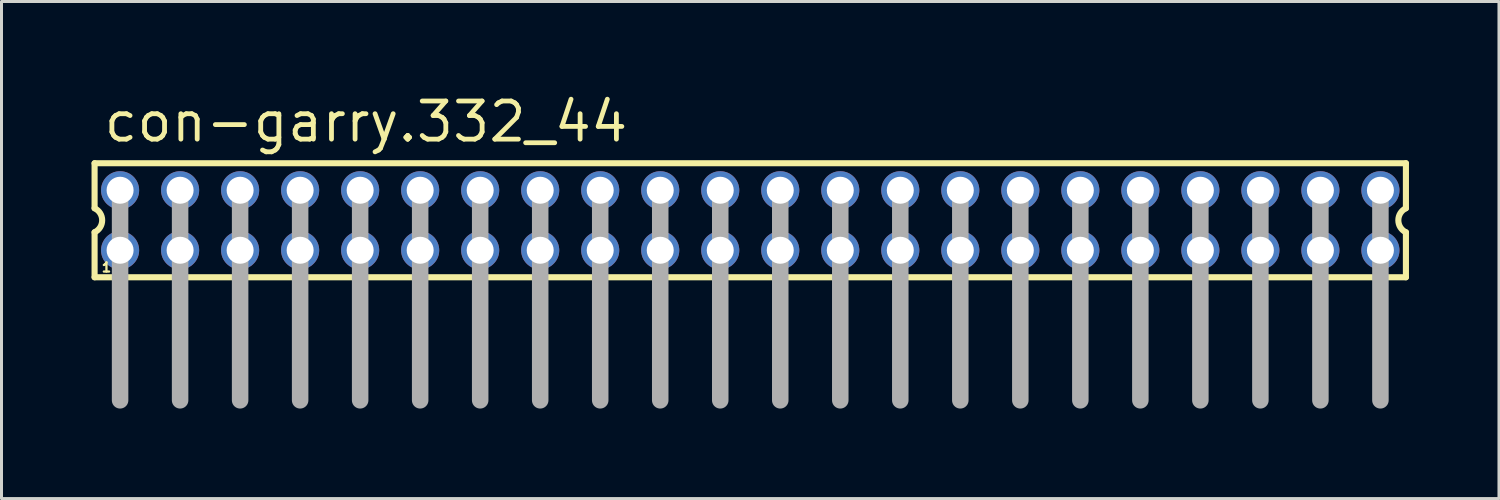
<source format=kicad_pcb>
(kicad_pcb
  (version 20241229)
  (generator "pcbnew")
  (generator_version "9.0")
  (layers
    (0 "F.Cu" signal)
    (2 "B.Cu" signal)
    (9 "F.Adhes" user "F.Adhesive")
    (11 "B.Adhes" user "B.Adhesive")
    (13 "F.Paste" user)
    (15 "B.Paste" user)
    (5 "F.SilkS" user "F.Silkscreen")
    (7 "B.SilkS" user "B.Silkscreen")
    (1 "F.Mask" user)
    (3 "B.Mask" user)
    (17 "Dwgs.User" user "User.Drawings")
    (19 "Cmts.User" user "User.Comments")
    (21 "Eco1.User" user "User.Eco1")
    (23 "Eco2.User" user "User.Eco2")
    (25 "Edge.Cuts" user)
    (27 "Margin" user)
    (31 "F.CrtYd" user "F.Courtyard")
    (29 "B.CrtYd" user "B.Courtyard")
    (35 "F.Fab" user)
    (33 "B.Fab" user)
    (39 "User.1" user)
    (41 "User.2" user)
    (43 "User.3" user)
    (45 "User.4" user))
  (footprint "con-garry.332_44"
    (layer "F.Cu")
    (at 21.952 4.29)
    (property "Reference" "con-garry.332_44" (at -21.62 -2.54 0) (layer "F.SilkS") (effects (font (size 1.27 1.27) (thickness 0.16)) (justify left bottom)))
    (attr through_hole)
    (fp_line (start -21.85 -1.9) (end -21.85 -0.4) (stroke (width 0.203) (type default)) (layer "F.SilkS"))
    (fp_line (start -21.85 0.4) (end -21.85 1.9) (stroke (width 0.203) (type default)) (layer "F.SilkS"))
    (fp_line (start -21.85 1.9) (end 21.85 1.9) (stroke (width 0.203) (type default)) (layer "F.SilkS"))
    (fp_line (start 21.85 -1.9) (end -21.85 -1.9) (stroke (width 0.203) (type default)) (layer "F.SilkS"))
    (fp_line (start 21.85 -0.4) (end 21.85 -1.9) (stroke (width 0.203) (type default)) (layer "F.SilkS"))
    (fp_line (start 21.85 1.9) (end 21.85 0.4) (stroke (width 0.203) (type default)) (layer "F.SilkS"))
    (fp_arc (start -21.85 -0.4) (mid -21.597167 0) (end -21.85 0.4) (stroke (width 0.2032) (type default)) (layer "F.SilkS"))
    (fp_arc (start 21.85 0.4) (mid 21.597167 0) (end 21.85 -0.4) (stroke (width 0.2032) (type default)) (layer "F.SilkS"))
    (fp_line (start -21 -1) (end -21 6) (stroke (width 0.55) (type default)) (layer "F.Fab"))
    (fp_line (start -19 -1) (end -19 6) (stroke (width 0.55) (type default)) (layer "F.Fab"))
    (fp_line (start -17 -1) (end -17 6) (stroke (width 0.55) (type default)) (layer "F.Fab"))
    (fp_line (start -15 -1) (end -15 6) (stroke (width 0.55) (type default)) (layer "F.Fab"))
    (fp_line (start -13 -1) (end -13 6) (stroke (width 0.55) (type default)) (layer "F.Fab"))
    (fp_line (start -11 -1) (end -11 6) (stroke (width 0.55) (type default)) (layer "F.Fab"))
    (fp_line (start -9 -1) (end -9 6) (stroke (width 0.55) (type default)) (layer "F.Fab"))
    (fp_line (start -7 -1) (end -7 6) (stroke (width 0.55) (type default)) (layer "F.Fab"))
    (fp_line (start -5 -1) (end -5 6) (stroke (width 0.55) (type default)) (layer "F.Fab"))
    (fp_line (start -3 -1) (end -3 6) (stroke (width 0.55) (type default)) (layer "F.Fab"))
    (fp_line (start -1 -1) (end -1 6) (stroke (width 0.55) (type default)) (layer "F.Fab"))
    (fp_line (start 1 -1) (end 1 6) (stroke (width 0.55) (type default)) (layer "F.Fab"))
    (fp_line (start 3 -1) (end 3 6) (stroke (width 0.55) (type default)) (layer "F.Fab"))
    (fp_line (start 5 -1) (end 5 6) (stroke (width 0.55) (type default)) (layer "F.Fab"))
    (fp_line (start 7 -1) (end 7 6) (stroke (width 0.55) (type default)) (layer "F.Fab"))
    (fp_line (start 9 -1) (end 9 6) (stroke (width 0.55) (type default)) (layer "F.Fab"))
    (fp_line (start 11 -1) (end 11 6) (stroke (width 0.55) (type default)) (layer "F.Fab"))
    (fp_line (start 13 -1) (end 13 6) (stroke (width 0.55) (type default)) (layer "F.Fab"))
    (fp_line (start 15 -1) (end 15 6) (stroke (width 0.55) (type default)) (layer "F.Fab"))
    (fp_line (start 17 -1) (end 17 6) (stroke (width 0.55) (type default)) (layer "F.Fab"))
    (fp_line (start 19 -1) (end 19 6) (stroke (width 0.55) (type default)) (layer "F.Fab"))
    (fp_line (start 21 -1) (end 21 6) (stroke (width 0.55) (type default)) (layer "F.Fab"))
    (fp_rect (start -21.25 -0.75) (end -20.75 -1.25) (stroke (width 0.05) (type default)) (fill no) (layer "F.Fab"))
    (fp_rect (start -21.25 1.25) (end -20.75 0.75) (stroke (width 0.05) (type default)) (fill no) (layer "F.Fab"))
    (fp_rect (start -19.25 -0.75) (end -18.75 -1.25) (stroke (width 0.05) (type default)) (fill no) (layer "F.Fab"))
    (fp_rect (start -19.25 1.25) (end -18.75 0.75) (stroke (width 0.05) (type default)) (fill no) (layer "F.Fab"))
    (fp_rect (start -17.25 -0.75) (end -16.75 -1.25) (stroke (width 0.05) (type default)) (fill no) (layer "F.Fab"))
    (fp_rect (start -17.25 1.25) (end -16.75 0.75) (stroke (width 0.05) (type default)) (fill no) (layer "F.Fab"))
    (fp_rect (start -15.25 -0.75) (end -14.75 -1.25) (stroke (width 0.05) (type default)) (fill no) (layer "F.Fab"))
    (fp_rect (start -15.25 1.25) (end -14.75 0.75) (stroke (width 0.05) (type default)) (fill no) (layer "F.Fab"))
    (fp_rect (start -13.25 -0.75) (end -12.75 -1.25) (stroke (width 0.05) (type default)) (fill no) (layer "F.Fab"))
    (fp_rect (start -13.25 1.25) (end -12.75 0.75) (stroke (width 0.05) (type default)) (fill no) (layer "F.Fab"))
    (fp_rect (start -11.25 -0.75) (end -10.75 -1.25) (stroke (width 0.05) (type default)) (fill no) (layer "F.Fab"))
    (fp_rect (start -11.25 1.25) (end -10.75 0.75) (stroke (width 0.05) (type default)) (fill no) (layer "F.Fab"))
    (fp_rect (start -9.25 -0.75) (end -8.75 -1.25) (stroke (width 0.05) (type default)) (fill no) (layer "F.Fab"))
    (fp_rect (start -9.25 1.25) (end -8.75 0.75) (stroke (width 0.05) (type default)) (fill no) (layer "F.Fab"))
    (fp_rect (start -7.25 -0.75) (end -6.75 -1.25) (stroke (width 0.05) (type default)) (fill no) (layer "F.Fab"))
    (fp_rect (start -7.25 1.25) (end -6.75 0.75) (stroke (width 0.05) (type default)) (fill no) (layer "F.Fab"))
    (fp_rect (start -5.25 -0.75) (end -4.75 -1.25) (stroke (width 0.05) (type default)) (fill no) (layer "F.Fab"))
    (fp_rect (start -5.25 1.25) (end -4.75 0.75) (stroke (width 0.05) (type default)) (fill no) (layer "F.Fab"))
    (fp_rect (start -3.25 -0.75) (end -2.75 -1.25) (stroke (width 0.05) (type default)) (fill no) (layer "F.Fab"))
    (fp_rect (start -3.25 1.25) (end -2.75 0.75) (stroke (width 0.05) (type default)) (fill no) (layer "F.Fab"))
    (fp_rect (start -1.25 -0.75) (end -0.75 -1.25) (stroke (width 0.05) (type default)) (fill no) (layer "F.Fab"))
    (fp_rect (start -1.25 1.25) (end -0.75 0.75) (stroke (width 0.05) (type default)) (fill no) (layer "F.Fab"))
    (fp_rect (start 0.75 -0.75) (end 1.25 -1.25) (stroke (width 0.05) (type default)) (fill no) (layer "F.Fab"))
    (fp_rect (start 0.75 1.25) (end 1.25 0.75) (stroke (width 0.05) (type default)) (fill no) (layer "F.Fab"))
    (fp_rect (start 2.75 -0.75) (end 3.25 -1.25) (stroke (width 0.05) (type default)) (fill no) (layer "F.Fab"))
    (fp_rect (start 2.75 1.25) (end 3.25 0.75) (stroke (width 0.05) (type default)) (fill no) (layer "F.Fab"))
    (fp_rect (start 4.75 -0.75) (end 5.25 -1.25) (stroke (width 0.05) (type default)) (fill no) (layer "F.Fab"))
    (fp_rect (start 4.75 1.25) (end 5.25 0.75) (stroke (width 0.05) (type default)) (fill no) (layer "F.Fab"))
    (fp_rect (start 6.75 -0.75) (end 7.25 -1.25) (stroke (width 0.05) (type default)) (fill no) (layer "F.Fab"))
    (fp_rect (start 6.75 1.25) (end 7.25 0.75) (stroke (width 0.05) (type default)) (fill no) (layer "F.Fab"))
    (fp_rect (start 8.75 -0.75) (end 9.25 -1.25) (stroke (width 0.05) (type default)) (fill no) (layer "F.Fab"))
    (fp_rect (start 8.75 1.25) (end 9.25 0.75) (stroke (width 0.05) (type default)) (fill no) (layer "F.Fab"))
    (fp_rect (start 10.75 -0.75) (end 11.25 -1.25) (stroke (width 0.05) (type default)) (fill no) (layer "F.Fab"))
    (fp_rect (start 10.75 1.25) (end 11.25 0.75) (stroke (width 0.05) (type default)) (fill no) (layer "F.Fab"))
    (fp_rect (start 12.75 -0.75) (end 13.25 -1.25) (stroke (width 0.05) (type default)) (fill no) (layer "F.Fab"))
    (fp_rect (start 12.75 1.25) (end 13.25 0.75) (stroke (width 0.05) (type default)) (fill no) (layer "F.Fab"))
    (fp_rect (start 14.75 -0.75) (end 15.25 -1.25) (stroke (width 0.05) (type default)) (fill no) (layer "F.Fab"))
    (fp_rect (start 14.75 1.25) (end 15.25 0.75) (stroke (width 0.05) (type default)) (fill no) (layer "F.Fab"))
    (fp_rect (start 16.75 -0.75) (end 17.25 -1.25) (stroke (width 0.05) (type default)) (fill no) (layer "F.Fab"))
    (fp_rect (start 16.75 1.25) (end 17.25 0.75) (stroke (width 0.05) (type default)) (fill no) (layer "F.Fab"))
    (fp_rect (start 18.75 -0.75) (end 19.25 -1.25) (stroke (width 0.05) (type default)) (fill no) (layer "F.Fab"))
    (fp_rect (start 18.75 1.25) (end 19.25 0.75) (stroke (width 0.05) (type default)) (fill no) (layer "F.Fab"))
    (fp_rect (start 20.75 -0.75) (end 21.25 -1.25) (stroke (width 0.05) (type default)) (fill no) (layer "F.Fab"))
    (fp_rect (start 20.75 1.25) (end 21.25 0.75) (stroke (width 0.05) (type default)) (fill no) (layer "F.Fab"))
    (fp_text user "1" (at -21.65 1.75 0) (layer "F.SilkS") (effects (font (size 0.305 0.305) (thickness 0.15)) (justify left bottom)))
    (pad "1" thru_hole circle (at -21 1) (size 1.27 1.27) (drill 0.9) (layers "*.Cu" "*.Mask"))
    (pad "2" thru_hole circle (at -21 -1) (size 1.27 1.27) (drill 0.9) (layers "*.Cu" "*.Mask"))
    (pad "3" thru_hole circle (at -19 1) (size 1.27 1.27) (drill 0.9) (layers "*.Cu" "*.Mask"))
    (pad "4" thru_hole circle (at -19 -1) (size 1.27 1.27) (drill 0.9) (layers "*.Cu" "*.Mask"))
    (pad "5" thru_hole circle (at -17 1) (size 1.27 1.27) (drill 0.9) (layers "*.Cu" "*.Mask"))
    (pad "6" thru_hole circle (at -17 -1) (size 1.27 1.27) (drill 0.9) (layers "*.Cu" "*.Mask"))
    (pad "7" thru_hole circle (at -15 1) (size 1.27 1.27) (drill 0.9) (layers "*.Cu" "*.Mask"))
    (pad "8" thru_hole circle (at -15 -1) (size 1.27 1.27) (drill 0.9) (layers "*.Cu" "*.Mask"))
    (pad "9" thru_hole circle (at -13 1) (size 1.27 1.27) (drill 0.9) (layers "*.Cu" "*.Mask"))
    (pad "10" thru_hole circle (at -13 -1) (size 1.27 1.27) (drill 0.9) (layers "*.Cu" "*.Mask"))
    (pad "11" thru_hole circle (at -11 1) (size 1.27 1.27) (drill 0.9) (layers "*.Cu" "*.Mask"))
    (pad "12" thru_hole circle (at -11 -1) (size 1.27 1.27) (drill 0.9) (layers "*.Cu" "*.Mask"))
    (pad "13" thru_hole circle (at -9 1) (size 1.27 1.27) (drill 0.9) (layers "*.Cu" "*.Mask"))
    (pad "14" thru_hole circle (at -9 -1) (size 1.27 1.27) (drill 0.9) (layers "*.Cu" "*.Mask"))
    (pad "15" thru_hole circle (at -7 1) (size 1.27 1.27) (drill 0.9) (layers "*.Cu" "*.Mask"))
    (pad "16" thru_hole circle (at -7 -1) (size 1.27 1.27) (drill 0.9) (layers "*.Cu" "*.Mask"))
    (pad "17" thru_hole circle (at -5 1) (size 1.27 1.27) (drill 0.9) (layers "*.Cu" "*.Mask"))
    (pad "18" thru_hole circle (at -5 -1) (size 1.27 1.27) (drill 0.9) (layers "*.Cu" "*.Mask"))
    (pad "19" thru_hole circle (at -3 1) (size 1.27 1.27) (drill 0.9) (layers "*.Cu" "*.Mask"))
    (pad "20" thru_hole circle (at -3 -1) (size 1.27 1.27) (drill 0.9) (layers "*.Cu" "*.Mask"))
    (pad "21" thru_hole circle (at -1 1) (size 1.27 1.27) (drill 0.9) (layers "*.Cu" "*.Mask"))
    (pad "22" thru_hole circle (at -1 -1) (size 1.27 1.27) (drill 0.9) (layers "*.Cu" "*.Mask"))
    (pad "23" thru_hole circle (at 1 1) (size 1.27 1.27) (drill 0.9) (layers "*.Cu" "*.Mask"))
    (pad "24" thru_hole circle (at 1 -1) (size 1.27 1.27) (drill 0.9) (layers "*.Cu" "*.Mask"))
    (pad "25" thru_hole circle (at 3 1) (size 1.27 1.27) (drill 0.9) (layers "*.Cu" "*.Mask"))
    (pad "26" thru_hole circle (at 3 -1) (size 1.27 1.27) (drill 0.9) (layers "*.Cu" "*.Mask"))
    (pad "27" thru_hole circle (at 5 1) (size 1.27 1.27) (drill 0.9) (layers "*.Cu" "*.Mask"))
    (pad "28" thru_hole circle (at 5 -1) (size 1.27 1.27) (drill 0.9) (layers "*.Cu" "*.Mask"))
    (pad "29" thru_hole circle (at 7 1) (size 1.27 1.27) (drill 0.9) (layers "*.Cu" "*.Mask"))
    (pad "30" thru_hole circle (at 7 -1) (size 1.27 1.27) (drill 0.9) (layers "*.Cu" "*.Mask"))
    (pad "31" thru_hole circle (at 9 1) (size 1.27 1.27) (drill 0.9) (layers "*.Cu" "*.Mask"))
    (pad "32" thru_hole circle (at 9 -1) (size 1.27 1.27) (drill 0.9) (layers "*.Cu" "*.Mask"))
    (pad "33" thru_hole circle (at 11 1) (size 1.27 1.27) (drill 0.9) (layers "*.Cu" "*.Mask"))
    (pad "34" thru_hole circle (at 11 -1) (size 1.27 1.27) (drill 0.9) (layers "*.Cu" "*.Mask"))
    (pad "35" thru_hole circle (at 13 1) (size 1.27 1.27) (drill 0.9) (layers "*.Cu" "*.Mask"))
    (pad "36" thru_hole circle (at 13 -1) (size 1.27 1.27) (drill 0.9) (layers "*.Cu" "*.Mask"))
    (pad "37" thru_hole circle (at 15 1) (size 1.27 1.27) (drill 0.9) (layers "*.Cu" "*.Mask"))
    (pad "38" thru_hole circle (at 15 -1) (size 1.27 1.27) (drill 0.9) (layers "*.Cu" "*.Mask"))
    (pad "39" thru_hole circle (at 17 1) (size 1.27 1.27) (drill 0.9) (layers "*.Cu" "*.Mask"))
    (pad "40" thru_hole circle (at 17 -1) (size 1.27 1.27) (drill 0.9) (layers "*.Cu" "*.Mask"))
    (pad "41" thru_hole circle (at 19 1) (size 1.27 1.27) (drill 0.9) (layers "*.Cu" "*.Mask"))
    (pad "42" thru_hole circle (at 19 -1) (size 1.27 1.27) (drill 0.9) (layers "*.Cu" "*.Mask"))
    (pad "43" thru_hole circle (at 21 1) (size 1.27 1.27) (drill 0.9) (layers "*.Cu" "*.Mask"))
    (pad "44" thru_hole circle (at 21 -1) (size 1.27 1.27) (drill 0.9) (layers "*.Cu" "*.Mask")))
  (gr_rect
    (start -3 -3)
    (end 46.903 13.565)
    (stroke (width 0.1) (type default))
    (fill no)
    (layer "Edge.Cuts")))
</source>
